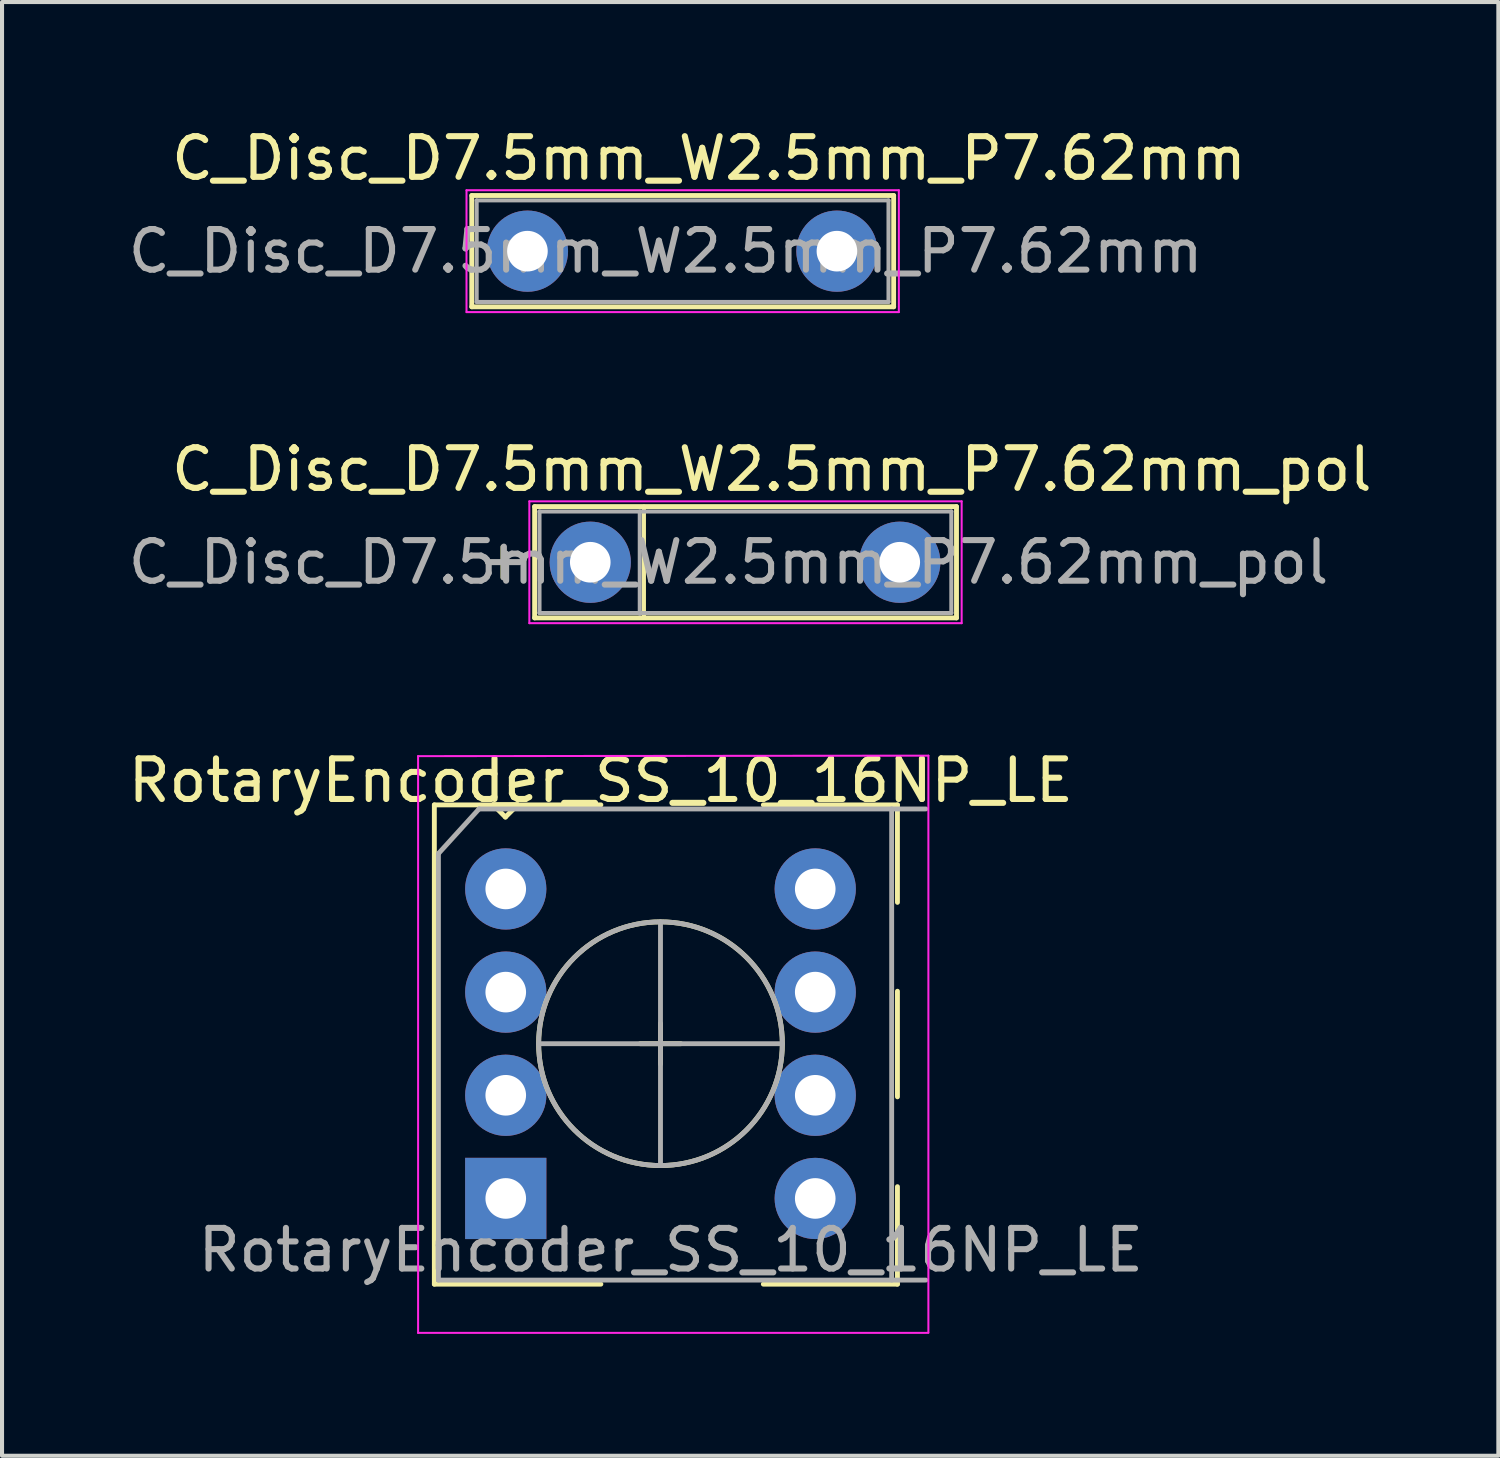
<source format=kicad_pcb>
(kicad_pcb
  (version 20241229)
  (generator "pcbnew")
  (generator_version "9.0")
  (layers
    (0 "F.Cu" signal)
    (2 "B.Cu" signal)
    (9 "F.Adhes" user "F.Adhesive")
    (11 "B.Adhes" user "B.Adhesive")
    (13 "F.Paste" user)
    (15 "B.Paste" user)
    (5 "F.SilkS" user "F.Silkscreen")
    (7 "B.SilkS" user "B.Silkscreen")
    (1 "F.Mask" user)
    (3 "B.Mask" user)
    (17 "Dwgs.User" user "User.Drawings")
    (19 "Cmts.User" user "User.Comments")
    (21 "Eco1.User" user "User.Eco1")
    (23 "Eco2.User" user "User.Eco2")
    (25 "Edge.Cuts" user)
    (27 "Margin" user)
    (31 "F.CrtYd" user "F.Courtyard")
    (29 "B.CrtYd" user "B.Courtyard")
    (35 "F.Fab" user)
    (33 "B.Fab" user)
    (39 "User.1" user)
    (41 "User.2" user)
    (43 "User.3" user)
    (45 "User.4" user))
  (footprint "C_Disc_D7.5mm_W2.5mm_P7.62mm"
    (layer "F.Cu")
    (at 9.936 3.134)
    (property "Reference" "C_Disc_D7.5mm_W2.5mm_P7.62mm" (at 4.47 -2.286 0) (layer "F.SilkS") (effects (font (size 1 1) (thickness 0.15))))
    (attr through_hole)
    (fp_line (start -1.37 -1.37) (end -1.37 1.37) (stroke (width 0.12) (type solid)) (layer "F.SilkS"))
    (fp_line (start -1.37 -1.37) (end 9.017 -1.37) (stroke (width 0.12) (type solid)) (layer "F.SilkS"))
    (fp_line (start -1.37 1.37) (end 9.017 1.37) (stroke (width 0.12) (type solid)) (layer "F.SilkS"))
    (fp_line (start 9.017 -1.37) (end 9.017 1.37) (stroke (width 0.12) (type solid)) (layer "F.SilkS"))
    (fp_line (start -1.5 -1.5) (end -1.5 1.5) (stroke (width 0.05) (type solid)) (layer "F.CrtYd"))
    (fp_line (start -1.5 1.5) (end 9.144 1.5) (stroke (width 0.05) (type solid)) (layer "F.CrtYd"))
    (fp_line (start 9.144 -1.5) (end -1.5 -1.5) (stroke (width 0.05) (type solid)) (layer "F.CrtYd"))
    (fp_line (start 9.144 1.5) (end 9.144 -1.5) (stroke (width 0.05) (type solid)) (layer "F.CrtYd"))
    (fp_line (start -1.25 -1.25) (end -1.25 1.25) (stroke (width 0.1) (type solid)) (layer "F.Fab"))
    (fp_line (start -1.25 1.25) (end 8.89 1.25) (stroke (width 0.1) (type solid)) (layer "F.Fab"))
    (fp_line (start 8.89 -1.25) (end -1.25 -1.25) (stroke (width 0.1) (type solid)) (layer "F.Fab"))
    (fp_line (start 8.89 1.25) (end 8.89 -1.25) (stroke (width 0.1) (type solid)) (layer "F.Fab"))
    (fp_text user "${REFERENCE}" (at 3.404 0 0) (layer "F.Fab") (effects (font (size 1 1) (thickness 0.15))))
    (pad "1" thru_hole circle (at 0 0) (size 2 2) (drill 1) (layers "*.Cu" "*.Mask"))
    (pad "2" thru_hole circle (at 7.62 0) (size 2 2) (drill 1) (layers "*.Cu" "*.Mask")))
  (footprint "C_Disc_D7.5mm_W2.5mm_P7.62mm_pol"
    (layer "F.Cu")
    (at 11.483 10.793)
    (property "Reference" "C_Disc_D7.5mm_W2.5mm_P7.62mm_pol" (at 4.47 -2.286 0) (layer "F.SilkS") (effects (font (size 1 1) (thickness 0.15))))
    (attr through_hole)
    (fp_line (start -1.37 -1.37) (end -1.37 1.37) (stroke (width 0.12) (type solid)) (layer "F.SilkS"))
    (fp_line (start -1.37 -1.37) (end 9.017 -1.37) (stroke (width 0.12) (type solid)) (layer "F.SilkS"))
    (fp_line (start -1.37 1.37) (end 9.017 1.37) (stroke (width 0.12) (type solid)) (layer "F.SilkS"))
    (fp_line (start 1.321 -1.372) (end 1.321 1.372) (stroke (width 0.1) (type default)) (layer "F.SilkS"))
    (fp_line (start 9.017 -1.37) (end 9.017 1.37) (stroke (width 0.12) (type solid)) (layer "F.SilkS"))
    (fp_line (start -1.5 -1.5) (end -1.5 1.5) (stroke (width 0.05) (type solid)) (layer "F.CrtYd"))
    (fp_line (start -1.5 1.5) (end 9.144 1.5) (stroke (width 0.05) (type solid)) (layer "F.CrtYd"))
    (fp_line (start 9.144 -1.5) (end -1.5 -1.5) (stroke (width 0.05) (type solid)) (layer "F.CrtYd"))
    (fp_line (start 9.144 1.5) (end 9.144 -1.5) (stroke (width 0.05) (type solid)) (layer "F.CrtYd"))
    (fp_line (start -1.25 -1.25) (end -1.25 1.25) (stroke (width 0.1) (type solid)) (layer "F.Fab"))
    (fp_line (start -1.25 1.25) (end 8.89 1.25) (stroke (width 0.1) (type solid)) (layer "F.Fab"))
    (fp_line (start 1.219 -1.25) (end 1.219 1.27) (stroke (width 0.1) (type default)) (layer "F.Fab"))
    (fp_line (start 8.89 -1.25) (end -1.25 -1.25) (stroke (width 0.1) (type solid)) (layer "F.Fab"))
    (fp_line (start 8.89 1.25) (end 8.89 -1.25) (stroke (width 0.1) (type solid)) (layer "F.Fab"))
    (fp_text user "+" (at -2.845 0.508 0) (unlocked yes) (layer "F.SilkS") (effects (font (size 1 1) (thickness 0.1)) (justify left bottom)))
    (fp_text user "${REFERENCE}" (at 3.404 0 0) (layer "F.Fab") (effects (font (size 1 1) (thickness 0.15))))
    (fp_text user "+" (at -2.845 0.508 0) (unlocked yes) (layer "F.Fab") (effects (font (size 1 1) (thickness 0.15)) (justify left bottom)))
    (pad "1" thru_hole circle (at 0 0) (size 2 2) (drill 1) (layers "*.Cu" "*.Mask"))
    (pad "2" thru_hole circle (at 7.62 0) (size 2 2) (drill 1) (layers "*.Cu" "*.Mask")))
  (footprint "RotaryEncoder_SS_10_16NP_LE"
    (layer "F.Cu")
    (at 9.402 18.837)
    (property "Reference" "RotaryEncoder_SS_10_16NP_LE" (at 2.342 -2.67 0) (layer "F.SilkS") (effects (font (size 1 1) (thickness 0.15))))
    (attr through_hole)
    (fp_line (start -1.758 -2.07) (end -1.758 9.73) (stroke (width 0.12) (type solid)) (layer "F.SilkS"))
    (fp_line (start -0.308 -2.07) (end 0.292 -2.07) (stroke (width 0.12) (type solid)) (layer "F.SilkS"))
    (fp_line (start -0.308 -2.07) (end 0.292 -2.07) (stroke (width 0.12) (type solid)) (layer "F.SilkS"))
    (fp_line (start -0.008 -1.77) (end -0.308 -2.07) (stroke (width 0.12) (type solid)) (layer "F.SilkS"))
    (fp_line (start 0.292 -2.07) (end -0.008 -1.77) (stroke (width 0.12) (type solid)) (layer "F.SilkS"))
    (fp_line (start 2.342 -2.07) (end -1.758 -2.07) (stroke (width 0.12) (type solid)) (layer "F.SilkS"))
    (fp_line (start 2.342 9.73) (end -1.758 9.73) (stroke (width 0.12) (type solid)) (layer "F.SilkS"))
    (fp_line (start 3.31 3.81) (end 4.31 3.81) (stroke (width 0.12) (type solid)) (layer "F.SilkS"))
    (fp_line (start 3.81 3.31) (end 3.81 4.31) (stroke (width 0.12) (type solid)) (layer "F.SilkS"))
    (fp_line (start 6.342 -2.07) (end 9.644 -2.07) (stroke (width 0.12) (type solid)) (layer "F.SilkS"))
    (fp_line (start 9.644 -2.07) (end 9.644 0.33) (stroke (width 0.12) (type solid)) (layer "F.SilkS"))
    (fp_line (start 9.644 2.518) (end 9.644 5.118) (stroke (width 0.12) (type solid)) (layer "F.SilkS"))
    (fp_line (start 9.644 7.33) (end 9.644 9.73) (stroke (width 0.12) (type solid)) (layer "F.SilkS"))
    (fp_line (start 9.644 9.73) (end 6.342 9.73) (stroke (width 0.12) (type solid)) (layer "F.SilkS"))
    (fp_circle (center 3.81 3.81) (end 6.81 3.81) (stroke (width 0.12) (type solid)) (fill no) (layer "F.SilkS"))
    (fp_line (start -2.158 -3.27) (end -2.158 10.93) (stroke (width 0.05) (type solid)) (layer "F.CrtYd"))
    (fp_line (start -2.158 -3.27) (end 10.406 -3.282) (stroke (width 0.05) (type solid)) (layer "F.CrtYd"))
    (fp_line (start 10.406 10.918) (end 10.406 -3.282) (stroke (width 0.05) (type solid)) (layer "F.CrtYd"))
    (fp_line (start 10.406 10.93) (end -2.158 10.93) (stroke (width 0.05) (type solid)) (layer "F.CrtYd"))
    (fp_line (start -1.658 -0.87) (end -0.658 -1.97) (stroke (width 0.12) (type solid)) (layer "F.Fab"))
    (fp_line (start -1.658 9.63) (end -1.658 -0.87) (stroke (width 0.12) (type solid)) (layer "F.Fab"))
    (fp_line (start -0.658 -1.97) (end 10.342 -1.97) (stroke (width 0.12) (type solid)) (layer "F.Fab"))
    (fp_line (start 0.81 3.81) (end 6.81 3.81) (stroke (width 0.12) (type solid)) (layer "F.Fab"))
    (fp_line (start 3.81 0.81) (end 3.81 6.81) (stroke (width 0.12) (type solid)) (layer "F.Fab"))
    (fp_line (start 9.502 -1.97) (end 9.502 9.63) (stroke (width 0.12) (type solid)) (layer "F.Fab"))
    (fp_line (start 10.342 9.63) (end -1.658 9.63) (stroke (width 0.12) (type solid)) (layer "F.Fab"))
    (fp_circle (center 3.81 3.81) (end 6.81 3.81) (stroke (width 0.12) (type solid)) (fill no) (layer "F.Fab"))
    (fp_text user "${REFERENCE}" (at 4.064 8.89 0) (layer "F.Fab") (effects (font (size 1 1) (thickness 0.15))))
    (pad "1" thru_hole rect (at 0 7.62) (size 2 2) (drill 1) (layers "*.Cu" "*.Mask"))
    (pad "2" thru_hole circle (at 0 2.54) (size 2 2) (drill 1) (layers "*.Cu" "*.Mask"))
    (pad "3" thru_hole circle (at 0 0) (size 2 2) (drill 1) (layers "*.Cu" "*.Mask"))
    (pad "4" thru_hole circle (at 7.62 7.62) (size 2 2) (drill 1) (layers "*.Cu" "*.Mask"))
    (pad "5" thru_hole circle (at 7.62 5.08) (size 2 2) (drill 1) (layers "*.Cu" "*.Mask"))
    (pad "6" thru_hole circle (at 7.62 0) (size 2 2) (drill 1) (layers "*.Cu" "*.Mask"))
    (pad "C" thru_hole circle (at 0 5.08) (size 2 2) (drill 1) (layers "*.Cu" "*.Mask"))
    (pad "C" thru_hole circle (at 7.62 2.54) (size 2 2) (drill 1) (layers "*.Cu" "*.Mask")))
  (gr_rect
    (start -3 -3)
    (end 33.841 32.792)
    (stroke (width 0.1) (type default))
    (fill no)
    (layer "Edge.Cuts")))
</source>
